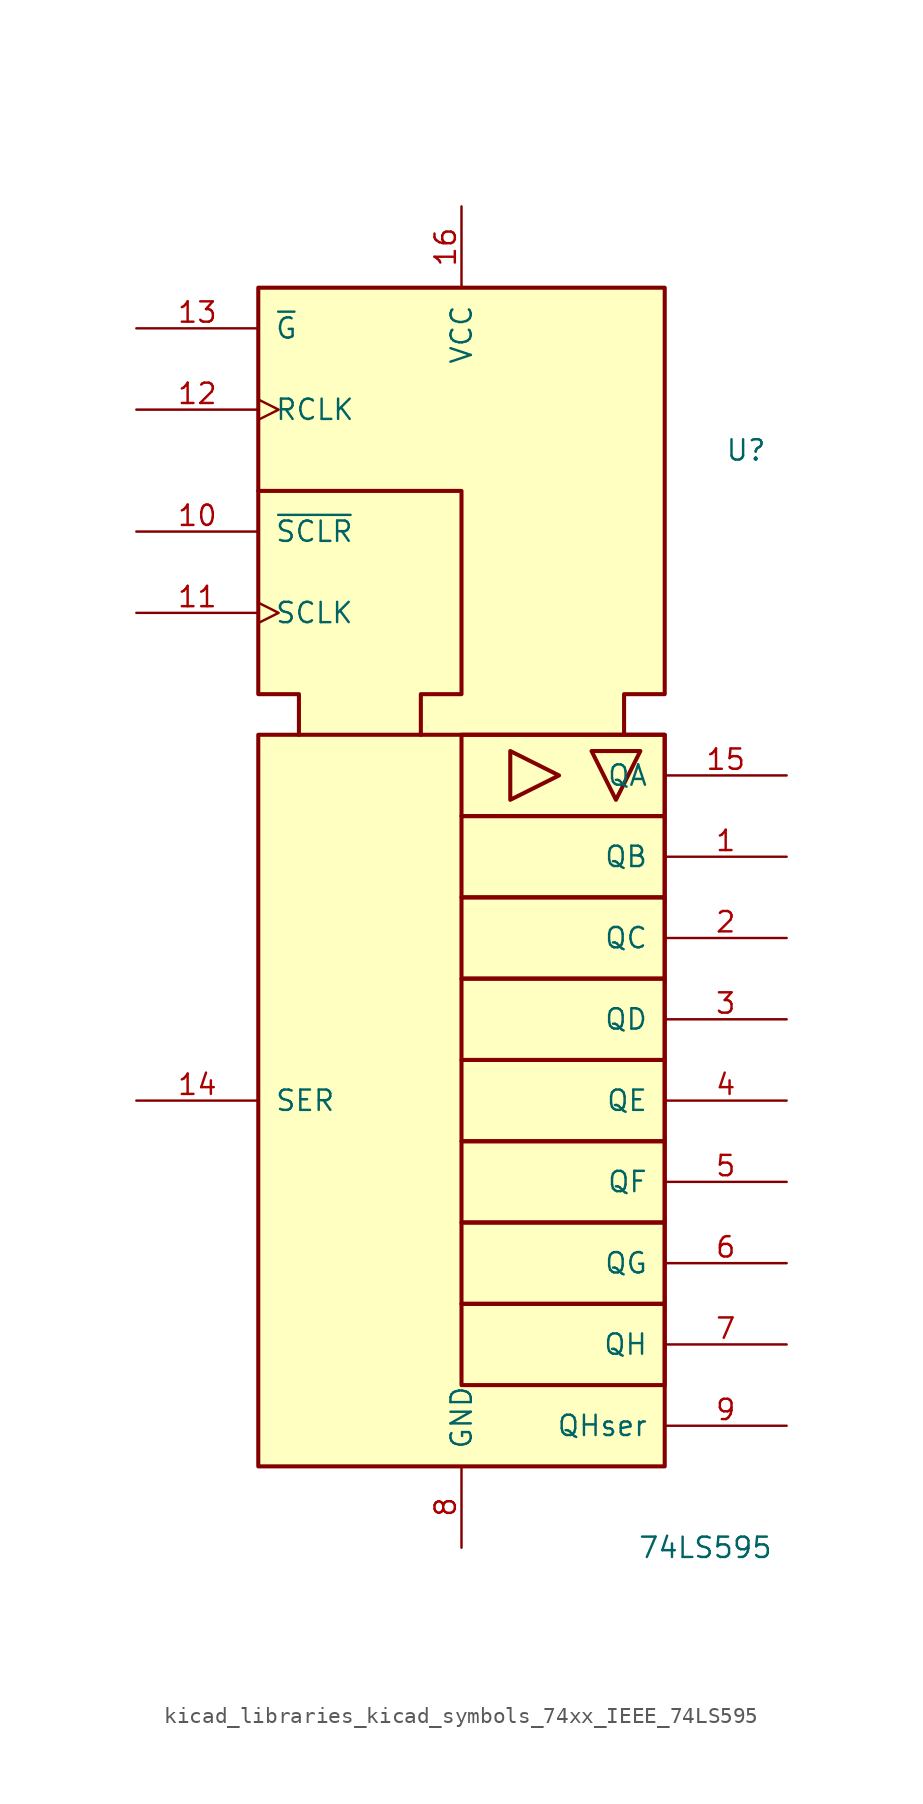
<source format=kicad_sym>
(kicad_symbol_lib
  (version 20220914)
  (generator kicad_symbol_editor)
  (symbol "kicad_libraries_kicad_symbols_74xx_IEEE_74LS595"
    (pin_names
      (offset 1.016))
    (property "Reference" "U"
      (at 17.78 20.32 0)
      (effects (font (size 1.27 1.27))))
    (property "Value" "74LS595"
      (at 15.24 -48.26 0)
      (effects (font (size 1.27 1.27))))
    (symbol "kicad_libraries_kicad_symbols_74xx_IEEE_74LS595_0_0"
      (rectangle (start -12.7 2.54) (end 12.7 -43.18) (stroke (width 0.254) (type default)) (fill (type background)))
      (rectangle (start 0 -33.02) (end 12.7 -38.1) (stroke (width 0.254) (type default)) (fill (type background)))
      (rectangle (start 0 -27.94) (end 12.7 -33.02) (stroke (width 0.254) (type default)) (fill (type background)))
      (rectangle (start 0 -22.86) (end 12.7 -27.94) (stroke (width 0.254) (type default)) (fill (type background)))
      (rectangle (start 0 -17.78) (end 12.7 -22.86) (stroke (width 0.254) (type default)) (fill (type background)))
      (rectangle (start 0 -12.7) (end 12.7 -17.78) (stroke (width 0.254) (type default)) (fill (type background)))
      (rectangle (start 0 -7.62) (end 12.7 -12.7) (stroke (width 0.254) (type default)) (fill (type background)))
      (rectangle (start 0 -2.54) (end 12.7 -7.62) (stroke (width 0.254) (type default)) (fill (type background)))
      (polyline (pts (xy 3.048 1.524) (xy 3.048 -1.524) (xy 6.096 0) (xy 3.048 1.524) (xy 3.048 1.524)) (stroke (width 0.254) (type default)) (fill (type background)))
      (polyline (pts (xy 11.176 1.524) (xy 8.128 1.524) (xy 9.652 -1.524) (xy 11.176 1.524) (xy 11.176 1.524)) (stroke (width 0.254) (type default)) (fill (type background)))
      (polyline (pts (xy -12.7 17.78) (xy 0 17.78) (xy 0 5.08) (xy -2.54 5.08) (xy -2.54 2.54) (xy -2.54 2.54)) (stroke (width 0.254) (type default)) (fill (type background)))
      (polyline (pts (xy -10.16 2.54) (xy -10.16 5.08) (xy -12.7 5.08) (xy -12.7 30.48) (xy 12.7 30.48) (xy 12.7 5.08) (xy 10.16 5.08) (xy 10.16 2.54) (xy 10.16 2.54)) (stroke (width 0.254) (type default)) (fill (type background)))
      (rectangle (start 0 2.54) (end 12.7 -2.54) (stroke (width 0.254) (type default)) (fill (type background))))
    (symbol "kicad_libraries_kicad_symbols_74xx_IEEE_74LS595_0_1"
      (pin power_in line (at 0 -48.26 90) (length 5.08) (name "GND" (effects (font (size 1.27 1.27)))) (number "8" (effects (font (size 1.27 1.27))))))
    (symbol "kicad_libraries_kicad_symbols_74xx_IEEE_74LS595_1_1"
      (pin tri_state line (at 20.32 -5.08 180) (length 7.62) (name "QB" (effects (font (size 1.27 1.27)))) (number "1" (effects (font (size 1.27 1.27)))))
      (pin input line (at -20.32 15.24 0) (length 7.62) (name "~{SCLR}" (effects (font (size 1.27 1.27)))) (number "10" (effects (font (size 1.27 1.27)))))
      (pin input clock (at -20.32 10.16 0) (length 7.62) (name "SCLK" (effects (font (size 1.27 1.27)))) (number "11" (effects (font (size 1.27 1.27)))))
      (pin input clock (at -20.32 22.86 0) (length 7.62) (name "RCLK" (effects (font (size 1.27 1.27)))) (number "12" (effects (font (size 1.27 1.27)))))
      (pin input line (at -20.32 27.94 0) (length 7.62) (name "~{G}" (effects (font (size 1.27 1.27)))) (number "13" (effects (font (size 1.27 1.27)))))
      (pin input line (at -20.32 -20.32 0) (length 7.62) (name "SER" (effects (font (size 1.27 1.27)))) (number "14" (effects (font (size 1.27 1.27)))))
      (pin tri_state line (at 20.32 0 180) (length 7.62) (name "QA" (effects (font (size 1.27 1.27)))) (number "15" (effects (font (size 1.27 1.27)))))
      (pin power_in line (at 0 35.56 270) (length 5.08) (name "VCC" (effects (font (size 1.27 1.27)))) (number "16" (effects (font (size 1.27 1.27)))))
      (pin tri_state line (at 20.32 -10.16 180) (length 7.62) (name "QC" (effects (font (size 1.27 1.27)))) (number "2" (effects (font (size 1.27 1.27)))))
      (pin tri_state line (at 20.32 -15.24 180) (length 7.62) (name "QD" (effects (font (size 1.27 1.27)))) (number "3" (effects (font (size 1.27 1.27)))))
      (pin tri_state line (at 20.32 -20.32 180) (length 7.62) (name "QE" (effects (font (size 1.27 1.27)))) (number "4" (effects (font (size 1.27 1.27)))))
      (pin tri_state line (at 20.32 -25.4 180) (length 7.62) (name "QF" (effects (font (size 1.27 1.27)))) (number "5" (effects (font (size 1.27 1.27)))))
      (pin tri_state line (at 20.32 -30.48 180) (length 7.62) (name "QG" (effects (font (size 1.27 1.27)))) (number "6" (effects (font (size 1.27 1.27)))))
      (pin tri_state line (at 20.32 -35.56 180) (length 7.62) (name "QH" (effects (font (size 1.27 1.27)))) (number "7" (effects (font (size 1.27 1.27)))))
      (pin output line (at 20.32 -40.64 180) (length 7.62) (name "QHser" (effects (font (size 1.27 1.27)))) (number "9" (effects (font (size 1.27 1.27))))))))
</source>
